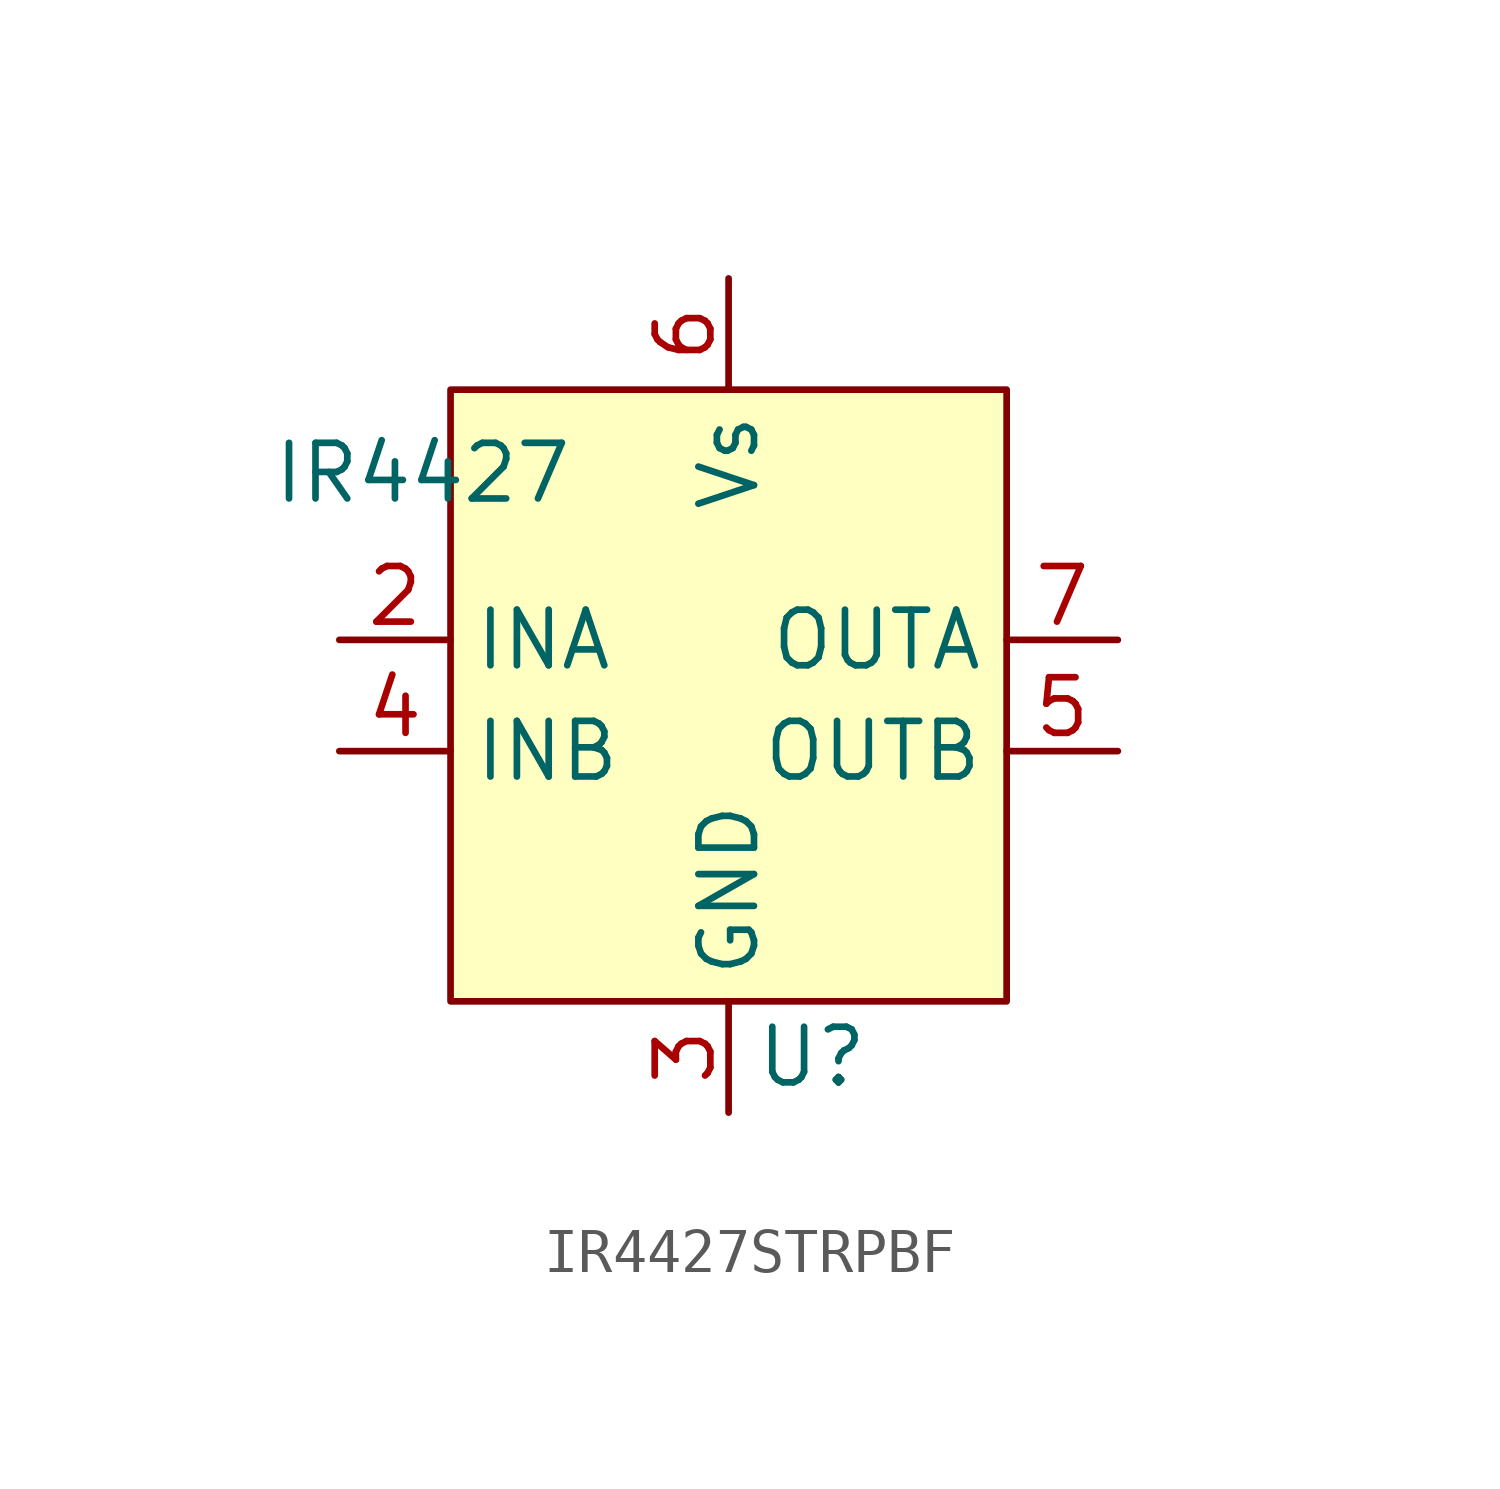
<source format=kicad_sym>
(kicad_symbol_lib
  (version 20220914)
  (generator kicad_symbol_editor)
  (symbol "IR4427STRPBF"
    (property "Reference" "U"
      (at 8.255 -15.24 0)
      (effects (font (size 1.27 1.27))))
    (property "Value" "IR4427"
      (at -0.635 -1.905 0)
      (effects (font (size 1.27 1.27))))
    (symbol "IR4427STRPBF_0_1"
      (rectangle (start 0 0) (end 12.7 -13.97) (stroke (width 0) (type default)) (fill (type background))))
    (symbol "IR4427STRPBF_1_1"
      (pin no_connect line (at 17.78 -15.24 180) (length 0) hide (name "DNC" (effects (font (size 1.27 1.27)))) (number "2" (effects (font (size 1.27 1.27)))))
      (pin input line (at -2.54 -5.715 0) (length 2.54) (name "INA" (effects (font (size 1.27 1.27)))) (number "2" (effects (font (size 1.27 1.27)))))
      (pin power_in line (at 6.35 -16.51 90) (length 2.54) (name "GND" (effects (font (size 1.27 1.27)))) (number "3" (effects (font (size 1.27 1.27)))))
      (pin input line (at -2.54 -8.255 0) (length 2.54) (name "INB" (effects (font (size 1.27 1.27)))) (number "4" (effects (font (size 1.27 1.27)))))
      (pin input line (at 15.24 -8.255 180) (length 2.54) (name "OUTB" (effects (font (size 1.27 1.27)))) (number "5" (effects (font (size 1.27 1.27)))))
      (pin power_in line (at 6.35 2.54 270) (length 2.54) (name "Vs" (effects (font (size 1.27 1.27)))) (number "6" (effects (font (size 1.27 1.27)))))
      (pin output line (at 15.24 -5.715 180) (length 2.54) (name "OUTA" (effects (font (size 1.27 1.27)))) (number "7" (effects (font (size 1.27 1.27)))))
      (pin no_connect line (at 17.78 -13.335 180) (length 0) hide (name "DNC" (effects (font (size 1.27 1.27)))) (number "8" (effects (font (size 1.27 1.27))))))))
</source>
